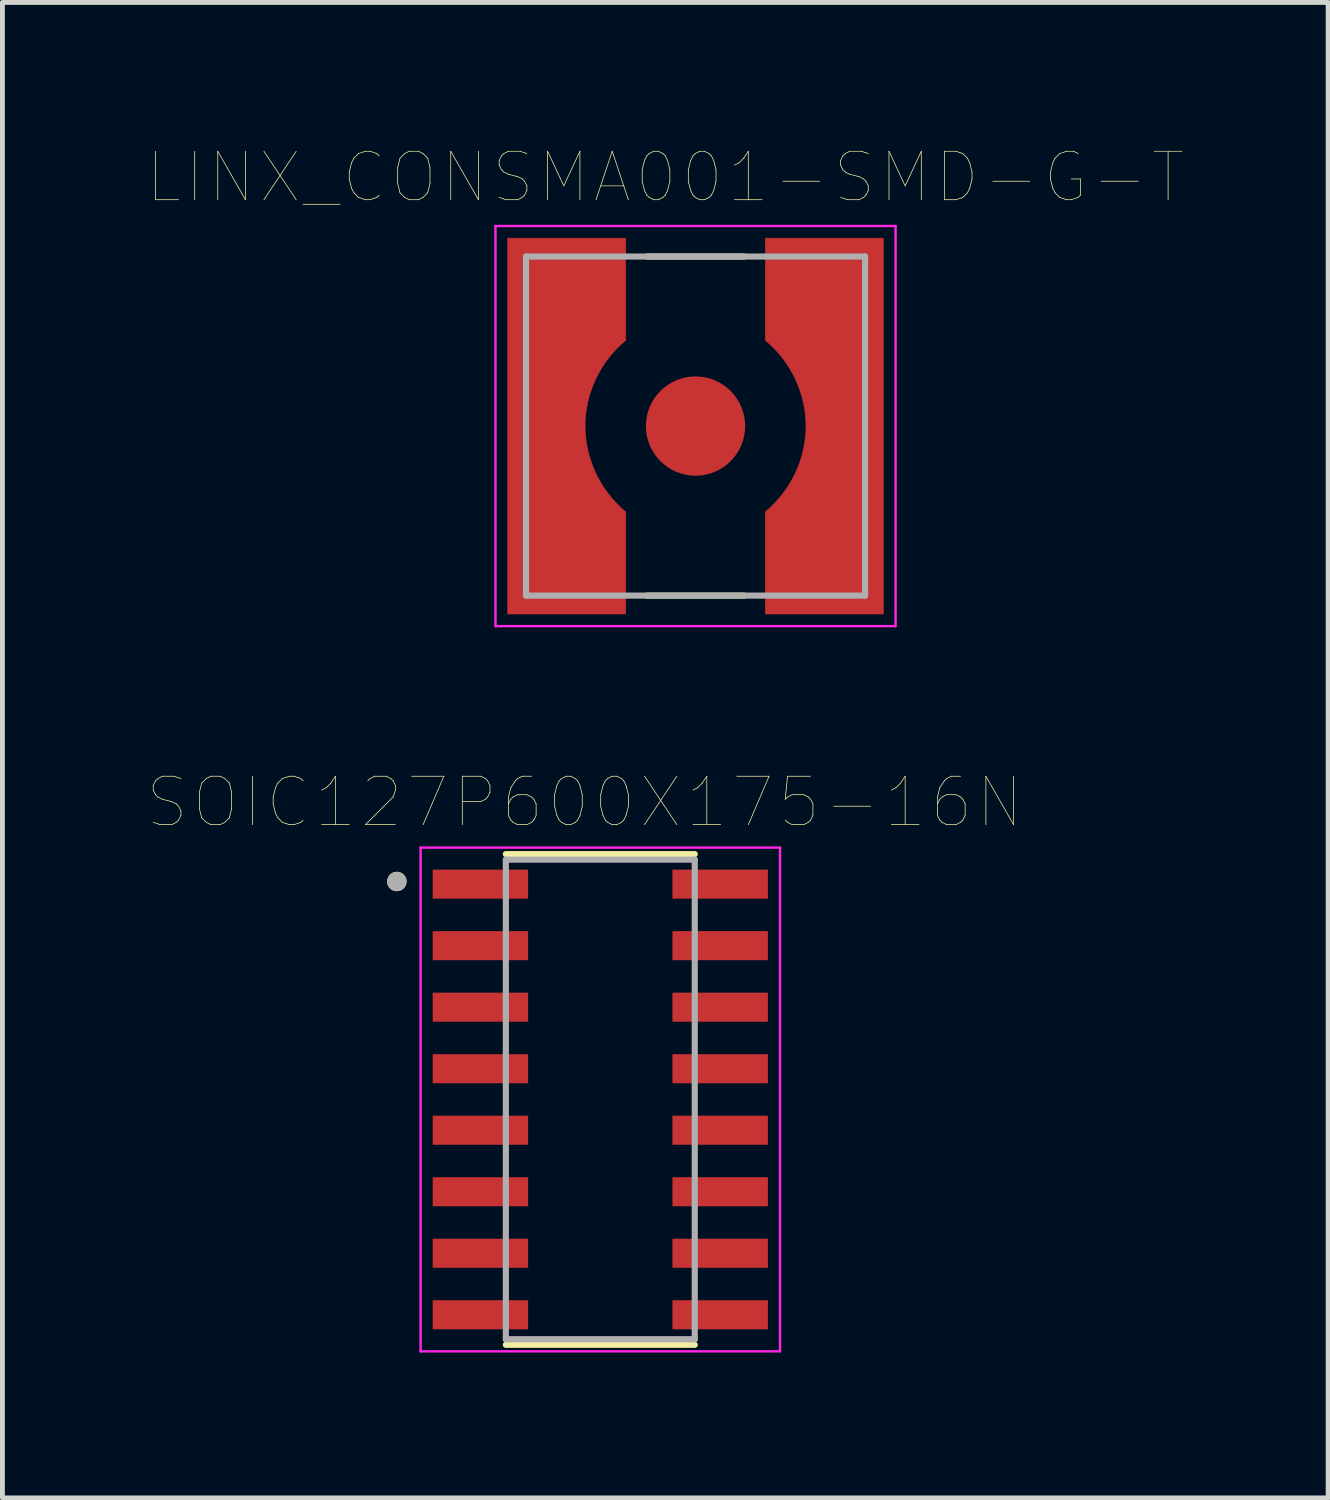
<source format=kicad_pcb>
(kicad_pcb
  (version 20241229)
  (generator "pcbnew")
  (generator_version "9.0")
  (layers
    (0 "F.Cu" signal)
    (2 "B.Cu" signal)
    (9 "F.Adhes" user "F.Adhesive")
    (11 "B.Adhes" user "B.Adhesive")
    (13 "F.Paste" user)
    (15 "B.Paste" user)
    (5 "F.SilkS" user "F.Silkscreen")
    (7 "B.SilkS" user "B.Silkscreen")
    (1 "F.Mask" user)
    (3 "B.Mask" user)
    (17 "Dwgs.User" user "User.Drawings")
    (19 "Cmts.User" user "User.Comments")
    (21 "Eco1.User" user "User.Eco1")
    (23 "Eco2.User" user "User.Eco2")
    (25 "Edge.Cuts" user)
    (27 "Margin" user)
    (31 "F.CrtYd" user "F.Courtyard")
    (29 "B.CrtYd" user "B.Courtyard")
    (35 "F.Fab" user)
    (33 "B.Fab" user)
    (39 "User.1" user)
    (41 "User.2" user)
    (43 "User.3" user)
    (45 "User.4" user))
  (footprint "SOIC127P600X175-16N"
    (layer "F.Cu")
    (at 9.343 19.648)
    (property "Reference" "SOIC127P600X175-16N" (at -0.325 -6.135 0) (layer "F.SilkS") (effects (font (size 1 1) (thickness 0.015))))
    (attr through_hole)
    (fp_line (start -1.95 -5.065) (end 1.95 -5.065) (stroke (width 0.127) (type solid)) (layer "F.SilkS"))
    (fp_line (start -1.95 5.065) (end 1.95 5.065) (stroke (width 0.127) (type solid)) (layer "F.SilkS"))
    (fp_circle (center -4.2 -4.5) (end -4.1 -4.5) (stroke (width 0.2) (type solid)) (fill no) (layer "F.SilkS"))
    (fp_line (start -3.71 -5.2) (end -3.71 5.2) (stroke (width 0.05) (type solid)) (layer "F.CrtYd"))
    (fp_line (start -3.71 -5.2) (end 3.71 -5.2) (stroke (width 0.05) (type solid)) (layer "F.CrtYd"))
    (fp_line (start -3.71 5.2) (end 3.71 5.2) (stroke (width 0.05) (type solid)) (layer "F.CrtYd"))
    (fp_line (start 3.71 -5.2) (end 3.71 5.2) (stroke (width 0.05) (type solid)) (layer "F.CrtYd"))
    (fp_line (start -1.95 -4.95) (end -1.95 4.95) (stroke (width 0.127) (type solid)) (layer "F.Fab"))
    (fp_line (start -1.95 -4.95) (end 1.95 -4.95) (stroke (width 0.127) (type solid)) (layer "F.Fab"))
    (fp_line (start -1.95 4.95) (end 1.95 4.95) (stroke (width 0.127) (type solid)) (layer "F.Fab"))
    (fp_line (start 1.95 -4.95) (end 1.95 4.95) (stroke (width 0.127) (type solid)) (layer "F.Fab"))
    (fp_circle (center -4.2 -4.5) (end -4.1 -4.5) (stroke (width 0.2) (type solid)) (fill no) (layer "F.Fab"))
    (pad "1" smd rect (at -2.475 -4.445) (size 1.97 0.6) (layers "F.Cu" "F.Mask" "F.Paste"))
    (pad "2" smd rect (at -2.475 -3.175) (size 1.97 0.6) (layers "F.Cu" "F.Mask" "F.Paste"))
    (pad "3" smd rect (at -2.475 -1.905) (size 1.97 0.6) (layers "F.Cu" "F.Mask" "F.Paste"))
    (pad "4" smd rect (at -2.475 -0.635) (size 1.97 0.6) (layers "F.Cu" "F.Mask" "F.Paste"))
    (pad "5" smd rect (at -2.475 0.635) (size 1.97 0.6) (layers "F.Cu" "F.Mask" "F.Paste"))
    (pad "6" smd rect (at -2.475 1.905) (size 1.97 0.6) (layers "F.Cu" "F.Mask" "F.Paste"))
    (pad "7" smd rect (at -2.475 3.175) (size 1.97 0.6) (layers "F.Cu" "F.Mask" "F.Paste"))
    (pad "8" smd rect (at -2.475 4.445) (size 1.97 0.6) (layers "F.Cu" "F.Mask" "F.Paste"))
    (pad "9" smd rect (at 2.475 4.445) (size 1.97 0.6) (layers "F.Cu" "F.Mask" "F.Paste"))
    (pad "10" smd rect (at 2.475 3.175) (size 1.97 0.6) (layers "F.Cu" "F.Mask" "F.Paste"))
    (pad "11" smd rect (at 2.475 1.905) (size 1.97 0.6) (layers "F.Cu" "F.Mask" "F.Paste"))
    (pad "12" smd rect (at 2.475 0.635) (size 1.97 0.6) (layers "F.Cu" "F.Mask" "F.Paste"))
    (pad "13" smd rect (at 2.475 -0.635) (size 1.97 0.6) (layers "F.Cu" "F.Mask" "F.Paste"))
    (pad "14" smd rect (at 2.475 -1.905) (size 1.97 0.6) (layers "F.Cu" "F.Mask" "F.Paste"))
    (pad "15" smd rect (at 2.475 -3.175) (size 1.97 0.6) (layers "F.Cu" "F.Mask" "F.Paste"))
    (pad "16" smd rect (at 2.475 -4.445) (size 1.97 0.6) (layers "F.Cu" "F.Mask" "F.Paste")))
  (footprint "LINX_CONSMA001-SMD-G-T"
    (layer "F.Cu")
    (at 11.309 5.746)
    (property "Reference" "LINX_CONSMA001-SMD-G-T" (at -0.625 -5.135 0) (layer "F.SilkS") (effects (font (size 1 1) (thickness 0.015))))
    (attr through_hole)
    (fp_poly (pts (xy -1.44 -3.88) (xy -3.88 -3.88) (xy -3.88 3.88) (xy -1.44 3.88) (xy -1.44 1.77) (xy -1.503 1.716) (xy -1.553 1.67) (xy -1.601 1.623) (xy -1.648 1.575) (xy -1.694 1.525) (xy -1.738 1.474) (xy -1.78 1.422) (xy -1.821 1.368) (xy -1.861 1.314) (xy -1.899 1.258) (xy -1.935 1.201) (xy -1.97 1.143) (xy -2.002 1.084) (xy -2.034 1.025) (xy -2.063 0.964) (xy -2.09 0.902) (xy -2.116 0.84) (xy -2.14 0.777) (xy -2.162 0.713) (xy -2.183 0.649) (xy -2.201 0.584) (xy -2.218 0.519) (xy -2.232 0.453) (xy -2.245 0.387) (xy -2.256 0.32) (xy -2.264 0.253) (xy -2.271 0.186) (xy -2.276 0.119) (xy -2.279 0.052) (xy -2.28 0) (xy -2.279 -0.052) (xy -2.276 -0.119) (xy -2.271 -0.186) (xy -2.264 -0.253) (xy -2.256 -0.32) (xy -2.245 -0.387) (xy -2.232 -0.453) (xy -2.218 -0.519) (xy -2.201 -0.584) (xy -2.183 -0.649) (xy -2.162 -0.713) (xy -2.14 -0.777) (xy -2.116 -0.84) (xy -2.09 -0.902) (xy -2.063 -0.964) (xy -2.034 -1.025) (xy -2.002 -1.084) (xy -1.97 -1.143) (xy -1.935 -1.201) (xy -1.899 -1.258) (xy -1.861 -1.314) (xy -1.821 -1.368) (xy -1.78 -1.422) (xy -1.738 -1.474) (xy -1.694 -1.525) (xy -1.648 -1.575) (xy -1.601 -1.623) (xy -1.553 -1.67) (xy -1.503 -1.716) (xy -1.44 -1.77) (xy -1.44 -3.88)) (stroke (width 0.01) (type solid)) (fill yes) (layer "F.Cu"))
    (fp_poly (pts (xy 1.44 -3.88) (xy 3.88 -3.88) (xy 3.88 3.88) (xy 1.44 3.88) (xy 1.44 1.77) (xy 1.503 1.716) (xy 1.553 1.67) (xy 1.601 1.623) (xy 1.648 1.575) (xy 1.694 1.525) (xy 1.738 1.474) (xy 1.78 1.422) (xy 1.821 1.368) (xy 1.861 1.314) (xy 1.899 1.258) (xy 1.935 1.201) (xy 1.97 1.143) (xy 2.002 1.084) (xy 2.034 1.025) (xy 2.063 0.964) (xy 2.09 0.902) (xy 2.116 0.84) (xy 2.14 0.777) (xy 2.162 0.713) (xy 2.183 0.649) (xy 2.201 0.584) (xy 2.218 0.519) (xy 2.232 0.453) (xy 2.245 0.387) (xy 2.256 0.32) (xy 2.264 0.253) (xy 2.271 0.186) (xy 2.276 0.119) (xy 2.279 0.052) (xy 2.28 0) (xy 2.279 -0.052) (xy 2.276 -0.119) (xy 2.271 -0.186) (xy 2.264 -0.253) (xy 2.256 -0.32) (xy 2.245 -0.387) (xy 2.232 -0.453) (xy 2.218 -0.519) (xy 2.201 -0.584) (xy 2.183 -0.649) (xy 2.162 -0.713) (xy 2.14 -0.777) (xy 2.116 -0.84) (xy 2.09 -0.902) (xy 2.063 -0.964) (xy 2.034 -1.025) (xy 2.002 -1.084) (xy 1.97 -1.143) (xy 1.935 -1.201) (xy 1.899 -1.258) (xy 1.861 -1.314) (xy 1.821 -1.368) (xy 1.78 -1.422) (xy 1.738 -1.474) (xy 1.694 -1.525) (xy 1.648 -1.575) (xy 1.601 -1.623) (xy 1.553 -1.67) (xy 1.503 -1.716) (xy 1.44 -1.77) (xy 1.44 -2.35) (xy 1.44 -3.88)) (stroke (width 0.01) (type solid)) (fill yes) (layer "F.Cu"))
    (fp_poly (pts (xy -1.34 -3.98) (xy -3.98 -3.98) (xy -3.98 3.98) (xy -1.34 3.98) (xy -1.34 1.72) (xy -1.381 1.687) (xy -1.43 1.645) (xy -1.478 1.602) (xy -1.524 1.557) (xy -1.569 1.511) (xy -1.613 1.464) (xy -1.655 1.416) (xy -1.696 1.366) (xy -1.736 1.315) (xy -1.774 1.263) (xy -1.81 1.21) (xy -1.845 1.156) (xy -1.878 1.101) (xy -1.91 1.045) (xy -1.94 0.988) (xy -1.968 0.931) (xy -1.995 0.872) (xy -2.02 0.813) (xy -2.043 0.753) (xy -2.065 0.692) (xy -2.084 0.631) (xy -2.102 0.569) (xy -2.118 0.507) (xy -2.133 0.444) (xy -2.145 0.381) (xy -2.156 0.318) (xy -2.164 0.254) (xy -2.171 0.19) (xy -2.176 0.126) (xy -2.18 0.05) (xy -2.179 -0.028) (xy -2.176 -0.097) (xy -2.171 -0.166) (xy -2.164 -0.235) (xy -2.155 -0.303) (xy -2.144 -0.371) (xy -2.131 -0.439) (xy -2.116 -0.506) (xy -2.099 -0.573) (xy -2.08 -0.639) (xy -2.06 -0.705) (xy -2.037 -0.77) (xy -2.012 -0.835) (xy -1.986 -0.899) (xy -1.958 -0.962) (xy -1.928 -1.024) (xy -1.896 -1.085) (xy -1.862 -1.145) (xy -1.827 -1.204) (xy -1.79 -1.262) (xy -1.751 -1.32) (xy -1.711 -1.375) (xy -1.669 -1.43) (xy -1.625 -1.484) (xy -1.58 -1.536) (xy -1.533 -1.587) (xy -1.485 -1.636) (xy -1.436 -1.684) (xy -1.385 -1.731) (xy -1.34 -1.77) (xy -1.34 -3.98)) (stroke (width 0.01) (type solid)) (fill yes) (layer "F.Mask"))
    (fp_poly (pts (xy 1.34 -3.98) (xy 3.98 -3.98) (xy 3.98 3.98) (xy 1.34 3.98) (xy 1.34 1.72) (xy 1.391 1.677) (xy 1.441 1.633) (xy 1.489 1.588) (xy 1.536 1.542) (xy 1.581 1.494) (xy 1.625 1.445) (xy 1.667 1.395) (xy 1.708 1.343) (xy 1.748 1.29) (xy 1.786 1.237) (xy 1.822 1.182) (xy 1.857 1.126) (xy 1.89 1.069) (xy 1.921 1.011) (xy 1.951 0.952) (xy 1.979 0.892) (xy 2.005 0.832) (xy 2.03 0.771) (xy 2.053 0.709) (xy 2.074 0.647) (xy 2.093 0.584) (xy 2.11 0.52) (xy 2.125 0.456) (xy 2.139 0.391) (xy 2.15 0.327) (xy 2.16 0.261) (xy 2.168 0.196) (xy 2.174 0.13) (xy 2.178 0.065) (xy 2.18 0) (xy 2.179 -0.052) (xy 2.176 -0.119) (xy 2.171 -0.186) (xy 2.164 -0.253) (xy 2.156 -0.32) (xy 2.145 -0.387) (xy 2.132 -0.453) (xy 2.118 -0.519) (xy 2.101 -0.584) (xy 2.083 -0.649) (xy 2.062 -0.713) (xy 2.04 -0.777) (xy 2.016 -0.84) (xy 1.99 -0.902) (xy 1.963 -0.964) (xy 1.933 -1.025) (xy 1.902 -1.084) (xy 1.87 -1.143) (xy 1.835 -1.201) (xy 1.799 -1.258) (xy 1.761 -1.314) (xy 1.721 -1.368) (xy 1.68 -1.422) (xy 1.638 -1.474) (xy 1.594 -1.525) (xy 1.548 -1.575) (xy 1.501 -1.623) (xy 1.453 -1.67) (xy 1.403 -1.716) (xy 1.34 -1.77) (xy 1.34 -3.98)) (stroke (width 0.01) (type solid)) (fill yes) (layer "F.Mask"))
    (fp_line (start -1 -3.5) (end 1 -3.5) (stroke (width 0.127) (type solid)) (layer "F.SilkS"))
    (fp_line (start -1 3.5) (end 1 3.5) (stroke (width 0.127) (type solid)) (layer "F.SilkS"))
    (fp_poly (pts (xy -1.44 -3.88) (xy -3.88 -3.88) (xy -3.88 3.88) (xy -1.44 3.88) (xy -1.44 1.77) (xy -1.503 1.716) (xy -1.553 1.67) (xy -1.601 1.623) (xy -1.648 1.575) (xy -1.694 1.525) (xy -1.738 1.474) (xy -1.78 1.422) (xy -1.821 1.368) (xy -1.861 1.314) (xy -1.899 1.258) (xy -1.935 1.201) (xy -1.97 1.143) (xy -2.002 1.084) (xy -2.034 1.025) (xy -2.063 0.964) (xy -2.09 0.902) (xy -2.116 0.84) (xy -2.14 0.777) (xy -2.162 0.713) (xy -2.183 0.649) (xy -2.201 0.584) (xy -2.218 0.519) (xy -2.232 0.453) (xy -2.245 0.387) (xy -2.256 0.32) (xy -2.264 0.253) (xy -2.271 0.186) (xy -2.276 0.119) (xy -2.279 0.052) (xy -2.28 0) (xy -2.279 -0.052) (xy -2.276 -0.119) (xy -2.271 -0.186) (xy -2.264 -0.253) (xy -2.256 -0.32) (xy -2.245 -0.387) (xy -2.232 -0.453) (xy -2.218 -0.519) (xy -2.201 -0.584) (xy -2.183 -0.649) (xy -2.162 -0.713) (xy -2.14 -0.777) (xy -2.116 -0.84) (xy -2.09 -0.902) (xy -2.063 -0.964) (xy -2.034 -1.025) (xy -2.002 -1.084) (xy -1.97 -1.143) (xy -1.935 -1.201) (xy -1.899 -1.258) (xy -1.861 -1.314) (xy -1.821 -1.368) (xy -1.78 -1.422) (xy -1.738 -1.474) (xy -1.694 -1.525) (xy -1.648 -1.575) (xy -1.601 -1.623) (xy -1.553 -1.67) (xy -1.503 -1.716) (xy -1.44 -1.77) (xy -1.44 -3.88)) (stroke (width 0.01) (type solid)) (fill yes) (layer "F.Paste"))
    (fp_poly (pts (xy 1.44 -3.88) (xy 3.88 -3.88) (xy 3.88 3.88) (xy 1.44 3.88) (xy 1.44 1.77) (xy 1.503 1.716) (xy 1.553 1.67) (xy 1.601 1.623) (xy 1.648 1.575) (xy 1.694 1.525) (xy 1.738 1.474) (xy 1.78 1.422) (xy 1.821 1.368) (xy 1.861 1.314) (xy 1.899 1.258) (xy 1.935 1.201) (xy 1.97 1.143) (xy 2.002 1.084) (xy 2.034 1.025) (xy 2.063 0.964) (xy 2.09 0.902) (xy 2.116 0.84) (xy 2.14 0.777) (xy 2.162 0.713) (xy 2.183 0.649) (xy 2.201 0.584) (xy 2.218 0.519) (xy 2.232 0.453) (xy 2.245 0.387) (xy 2.256 0.32) (xy 2.264 0.253) (xy 2.271 0.186) (xy 2.276 0.119) (xy 2.279 0.052) (xy 2.28 0) (xy 2.279 -0.052) (xy 2.276 -0.119) (xy 2.271 -0.186) (xy 2.264 -0.253) (xy 2.256 -0.32) (xy 2.245 -0.387) (xy 2.232 -0.453) (xy 2.218 -0.519) (xy 2.201 -0.584) (xy 2.183 -0.649) (xy 2.162 -0.713) (xy 2.14 -0.777) (xy 2.116 -0.84) (xy 2.09 -0.902) (xy 2.063 -0.964) (xy 2.034 -1.025) (xy 2.002 -1.084) (xy 1.97 -1.143) (xy 1.935 -1.201) (xy 1.899 -1.258) (xy 1.861 -1.314) (xy 1.821 -1.368) (xy 1.78 -1.422) (xy 1.738 -1.474) (xy 1.694 -1.525) (xy 1.648 -1.575) (xy 1.601 -1.623) (xy 1.553 -1.67) (xy 1.503 -1.716) (xy 1.44 -1.77) (xy 1.44 -3.88)) (stroke (width 0.01) (type solid)) (fill yes) (layer "F.Paste"))
    (fp_line (start -4.13 -4.13) (end 4.13 -4.13) (stroke (width 0.05) (type solid)) (layer "F.CrtYd"))
    (fp_line (start -4.13 4.13) (end -4.13 -4.13) (stroke (width 0.05) (type solid)) (layer "F.CrtYd"))
    (fp_line (start 4.13 -4.13) (end 4.13 4.13) (stroke (width 0.05) (type solid)) (layer "F.CrtYd"))
    (fp_line (start 4.13 4.13) (end -4.13 4.13) (stroke (width 0.05) (type solid)) (layer "F.CrtYd"))
    (fp_line (start -3.5 -3.5) (end 3.5 -3.5) (stroke (width 0.127) (type solid)) (layer "F.Fab"))
    (fp_line (start -3.5 3.5) (end -3.5 -3.5) (stroke (width 0.127) (type solid)) (layer "F.Fab"))
    (fp_line (start 3.5 -3.5) (end 3.5 3.5) (stroke (width 0.127) (type solid)) (layer "F.Fab"))
    (fp_line (start 3.5 3.5) (end -3.5 3.5) (stroke (width 0.127) (type solid)) (layer "F.Fab"))
    (pad "1" smd circle (at 0 0) (size 2.05 2.05) (layers "F.Cu" "F.Mask" "F.Paste"))
    (pad "S1" smd rect (at -3.1 0) (size 1 1) (layers "F.Cu"))
    (pad "S2" smd rect (at 3.1 0) (size 1 1) (layers "F.Cu")))
  (gr_rect
    (start -3 -3)
    (end 24.369 27.873)
    (stroke (width 0.1) (type default))
    (fill no)
    (layer "Edge.Cuts")))
</source>
